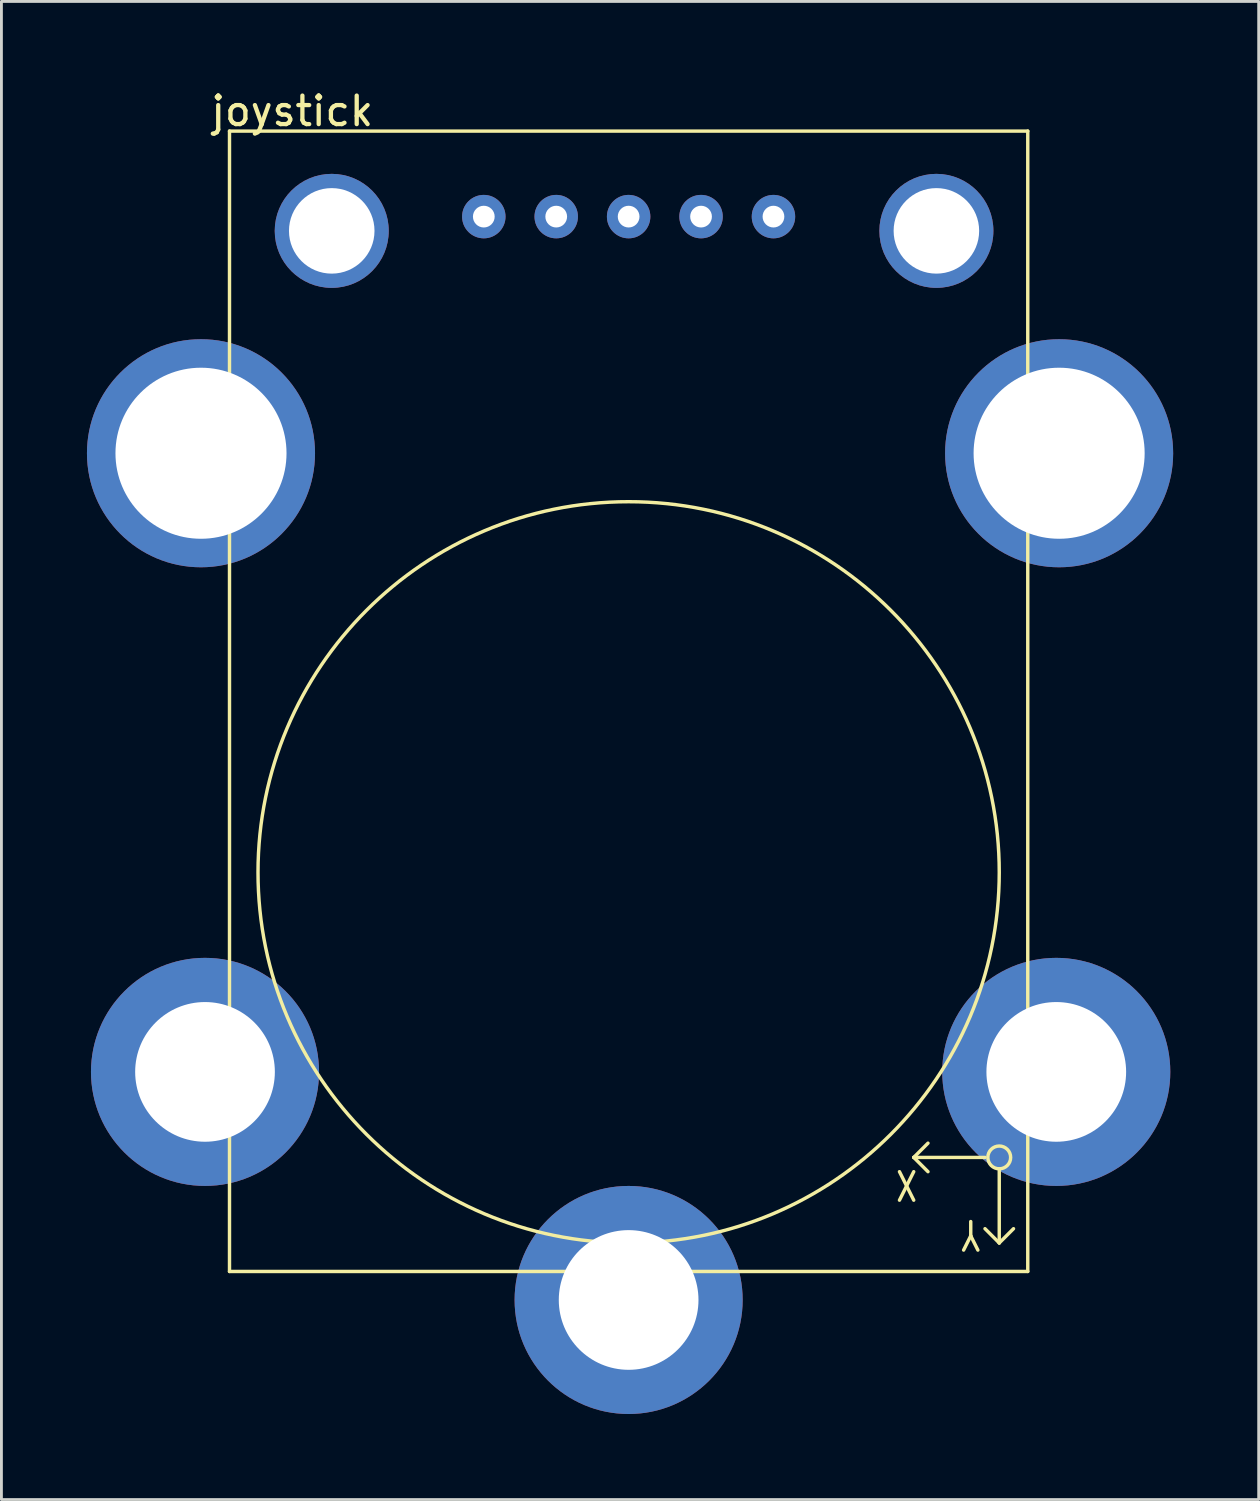
<source format=kicad_pcb>
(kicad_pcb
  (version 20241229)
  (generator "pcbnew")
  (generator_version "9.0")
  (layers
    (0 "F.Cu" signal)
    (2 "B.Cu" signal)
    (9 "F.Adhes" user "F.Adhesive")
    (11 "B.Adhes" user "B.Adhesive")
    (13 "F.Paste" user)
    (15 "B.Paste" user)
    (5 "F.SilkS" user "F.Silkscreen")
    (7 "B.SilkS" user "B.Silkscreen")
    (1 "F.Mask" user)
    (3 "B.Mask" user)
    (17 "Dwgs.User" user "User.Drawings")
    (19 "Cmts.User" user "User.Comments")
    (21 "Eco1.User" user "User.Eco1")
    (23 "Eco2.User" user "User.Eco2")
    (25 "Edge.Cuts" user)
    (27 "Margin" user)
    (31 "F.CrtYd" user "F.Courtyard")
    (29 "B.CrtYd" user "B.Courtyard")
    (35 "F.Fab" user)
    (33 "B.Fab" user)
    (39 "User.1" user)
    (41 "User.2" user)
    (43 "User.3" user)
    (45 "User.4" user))
  (footprint "joystick"
    (layer "F.Cu")
    (at 19 4.548)
    (property "Reference" "joystick" (at -11.8 -3.7 0) (layer "F.SilkS") (effects (font (size 1 1) (thickness 0.15))))
    (attr through_hole)
    (fp_line (start -14 -3) (end 14 -3) (stroke (width 0.12) (type solid)) (layer "F.SilkS"))
    (fp_line (start -14 37) (end -14 -3) (stroke (width 0.12) (type solid)) (layer "F.SilkS"))
    (fp_line (start 9.5 33.5) (end 10 34.5) (stroke (width 0.12) (type solid)) (layer "F.SilkS"))
    (fp_line (start 10 33) (end 10.5 32.5) (stroke (width 0.12) (type solid)) (layer "F.SilkS"))
    (fp_line (start 10 33) (end 10.5 33.5) (stroke (width 0.12) (type solid)) (layer "F.SilkS"))
    (fp_line (start 10 33) (end 12.5 33) (stroke (width 0.12) (type solid)) (layer "F.SilkS"))
    (fp_line (start 10 33.5) (end 9.5 34.5) (stroke (width 0.12) (type solid)) (layer "F.SilkS"))
    (fp_line (start 12 35.75) (end 11.75 36.25) (stroke (width 0.12) (type solid)) (layer "F.SilkS"))
    (fp_line (start 12 35.75) (end 12 35.25) (stroke (width 0.12) (type solid)) (layer "F.SilkS"))
    (fp_line (start 12.25 36.25) (end 12 35.75) (stroke (width 0.12) (type solid)) (layer "F.SilkS"))
    (fp_line (start 12.5 35.5) (end 13 36) (stroke (width 0.12) (type solid)) (layer "F.SilkS"))
    (fp_line (start 13 33.4) (end 13 36) (stroke (width 0.12) (type solid)) (layer "F.SilkS"))
    (fp_line (start 13 36) (end 13.5 35.5) (stroke (width 0.12) (type solid)) (layer "F.SilkS"))
    (fp_line (start 14 -3) (end 14 37) (stroke (width 0.12) (type solid)) (layer "F.SilkS"))
    (fp_line (start 14 37) (end -14 37) (stroke (width 0.12) (type solid)) (layer "F.SilkS"))
    (fp_circle (center 0 23) (end 13 23) (stroke (width 0.12) (type solid)) (fill no) (layer "F.SilkS"))
    (fp_circle (center 13 33) (end 13.4 33) (stroke (width 0.12) (type solid)) (fill no) (layer "F.SilkS"))
    (pad "" np_thru_hole circle (at -15 8.3) (size 8 8) (drill 6) (layers "*.Cu" "*.Mask"))
    (pad "" np_thru_hole circle (at -14.859 30) (size 8 8) (drill 4.9) (layers "*.Cu" "*.Mask"))
    (pad "" np_thru_hole circle (at -10.414 0.5) (size 4 4) (drill 3) (layers "*.Cu" "*.Mask"))
    (pad "" np_thru_hole circle (at 0 38) (size 8 8) (drill 4.9) (layers "*.Cu" "*.Mask"))
    (pad "" np_thru_hole circle (at 10.795 0.5) (size 4 4) (drill 3) (layers "*.Cu" "*.Mask"))
    (pad "" np_thru_hole circle (at 15 30) (size 8 8) (drill 4.9) (layers "*.Cu" "*.Mask"))
    (pad "" np_thru_hole circle (at 15.1 8.3) (size 8 8) (drill 6) (layers "*.Cu" "*.Mask"))
    (pad "0" thru_hole circle (at -5.08 0) (size 1.524 1.524) (drill 0.762) (layers "*.Cu" "*.Mask"))
    (pad "1" thru_hole circle (at -2.54 0) (size 1.524 1.524) (drill 0.762) (layers "*.Cu" "*.Mask"))
    (pad "2" thru_hole circle (at 0 0) (size 1.524 1.524) (drill 0.762) (layers "*.Cu" "*.Mask"))
    (pad "3" thru_hole circle (at 2.54 0) (size 1.524 1.524) (drill 0.762) (layers "*.Cu" "*.Mask"))
    (pad "4" thru_hole circle (at 5.08 0) (size 1.524 1.524) (drill 0.762) (layers "*.Cu" "*.Mask")))
  (gr_rect
    (start -3 -3)
    (end 41.1 49.548)
    (stroke (width 0.1) (type default))
    (fill no)
    (layer "Edge.Cuts")))
</source>
